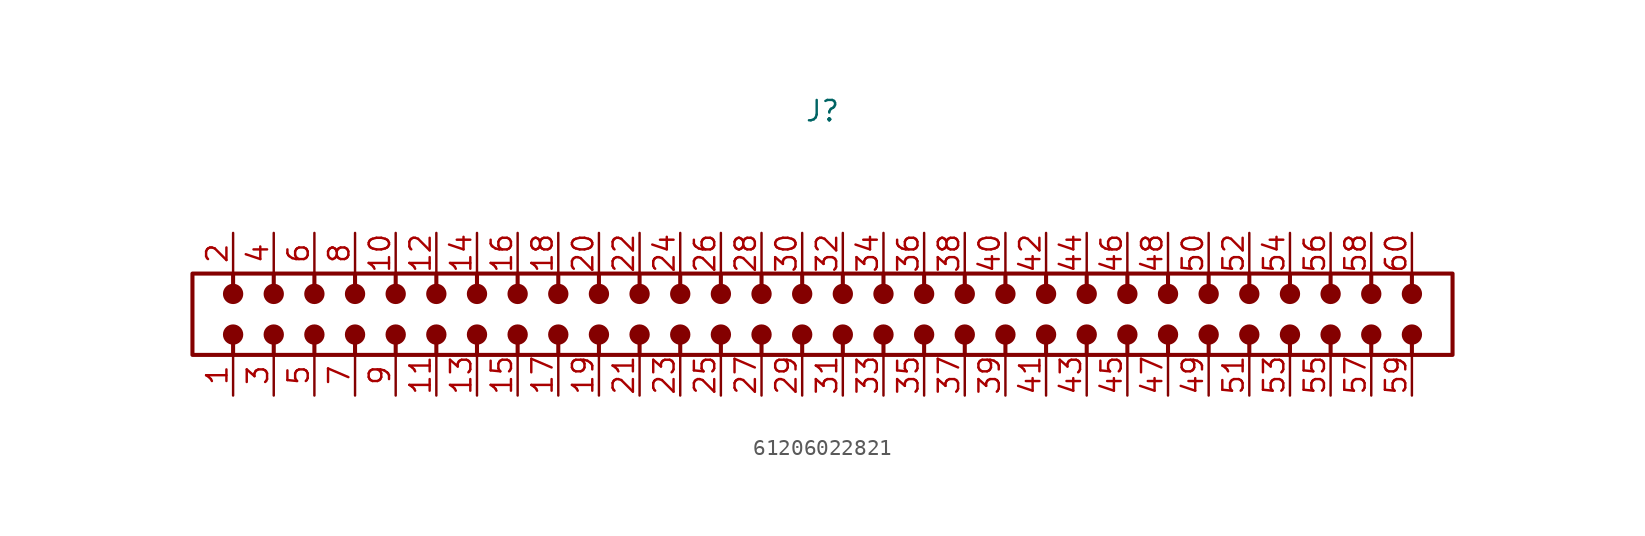
<source format=kicad_sym>
(kicad_symbol_lib
  (version 20241209)
  (generator "kicad_symbol_editor")
  (generator_version "9.0")
  (symbol "61206022821"
    (pin_names
      (hide yes))
    (property "Reference" "J"
      (at 0 12.7 0)
      (effects (font (size 1.27 1.27))))
    (symbol "61206022821_1_1"
      (rectangle (start -39.37 2.54) (end 39.37 -2.54) (stroke (width 0.254) (type solid)) (fill (type none)))
      (polyline (pts (xy -36.83 1.778) (xy -36.83 2.54)) (stroke (width 0.254) (type solid)) (fill (type none)))
      (circle (center -36.83 1.27) (radius 0.508) (stroke (width 0.254) (type solid)) (fill (type outline)))
      (circle (center -36.83 -1.27) (radius 0.508) (stroke (width 0.254) (type solid)) (fill (type outline)))
      (polyline (pts (xy -36.83 -1.778) (xy -36.83 -2.54)) (stroke (width 0.254) (type solid)) (fill (type none)))
      (polyline (pts (xy -34.29 1.778) (xy -34.29 2.54)) (stroke (width 0.254) (type solid)) (fill (type none)))
      (circle (center -34.29 1.27) (radius 0.508) (stroke (width 0.254) (type solid)) (fill (type outline)))
      (circle (center -34.29 -1.27) (radius 0.508) (stroke (width 0.254) (type solid)) (fill (type outline)))
      (polyline (pts (xy -34.29 -1.778) (xy -34.29 -2.54)) (stroke (width 0.254) (type solid)) (fill (type none)))
      (polyline (pts (xy -31.75 1.778) (xy -31.75 2.54)) (stroke (width 0.254) (type solid)) (fill (type none)))
      (circle (center -31.75 1.27) (radius 0.508) (stroke (width 0.254) (type solid)) (fill (type outline)))
      (circle (center -31.75 -1.27) (radius 0.508) (stroke (width 0.254) (type solid)) (fill (type outline)))
      (polyline (pts (xy -31.75 -1.778) (xy -31.75 -2.54)) (stroke (width 0.254) (type solid)) (fill (type none)))
      (polyline (pts (xy -29.21 1.778) (xy -29.21 2.54)) (stroke (width 0.254) (type solid)) (fill (type none)))
      (circle (center -29.21 1.27) (radius 0.508) (stroke (width 0.254) (type solid)) (fill (type outline)))
      (circle (center -29.21 -1.27) (radius 0.508) (stroke (width 0.254) (type solid)) (fill (type outline)))
      (polyline (pts (xy -29.21 -1.778) (xy -29.21 -2.54)) (stroke (width 0.254) (type solid)) (fill (type none)))
      (polyline (pts (xy -26.67 1.778) (xy -26.67 2.54)) (stroke (width 0.254) (type solid)) (fill (type none)))
      (circle (center -26.67 1.27) (radius 0.508) (stroke (width 0.254) (type solid)) (fill (type outline)))
      (circle (center -26.67 -1.27) (radius 0.508) (stroke (width 0.254) (type solid)) (fill (type outline)))
      (polyline (pts (xy -26.67 -1.778) (xy -26.67 -2.54)) (stroke (width 0.254) (type solid)) (fill (type none)))
      (polyline (pts (xy -24.13 1.778) (xy -24.13 2.54)) (stroke (width 0.254) (type solid)) (fill (type none)))
      (circle (center -24.13 1.27) (radius 0.508) (stroke (width 0.254) (type solid)) (fill (type outline)))
      (circle (center -24.13 -1.27) (radius 0.508) (stroke (width 0.254) (type solid)) (fill (type outline)))
      (polyline (pts (xy -24.13 -1.778) (xy -24.13 -2.54)) (stroke (width 0.254) (type solid)) (fill (type none)))
      (polyline (pts (xy -21.59 1.778) (xy -21.59 2.54)) (stroke (width 0.254) (type solid)) (fill (type none)))
      (circle (center -21.59 1.27) (radius 0.508) (stroke (width 0.254) (type solid)) (fill (type outline)))
      (circle (center -21.59 -1.27) (radius 0.508) (stroke (width 0.254) (type solid)) (fill (type outline)))
      (polyline (pts (xy -21.59 -1.778) (xy -21.59 -2.54)) (stroke (width 0.254) (type solid)) (fill (type none)))
      (polyline (pts (xy -19.05 1.778) (xy -19.05 2.54)) (stroke (width 0.254) (type solid)) (fill (type none)))
      (circle (center -19.05 1.27) (radius 0.508) (stroke (width 0.254) (type solid)) (fill (type outline)))
      (circle (center -19.05 -1.27) (radius 0.508) (stroke (width 0.254) (type solid)) (fill (type outline)))
      (polyline (pts (xy -19.05 -1.778) (xy -19.05 -2.54)) (stroke (width 0.254) (type solid)) (fill (type none)))
      (polyline (pts (xy -16.51 1.778) (xy -16.51 2.54)) (stroke (width 0.254) (type solid)) (fill (type none)))
      (circle (center -16.51 1.27) (radius 0.508) (stroke (width 0.254) (type solid)) (fill (type outline)))
      (circle (center -16.51 -1.27) (radius 0.508) (stroke (width 0.254) (type solid)) (fill (type outline)))
      (polyline (pts (xy -16.51 -1.778) (xy -16.51 -2.54)) (stroke (width 0.254) (type solid)) (fill (type none)))
      (polyline (pts (xy -13.97 1.778) (xy -13.97 2.54)) (stroke (width 0.254) (type solid)) (fill (type none)))
      (circle (center -13.97 1.27) (radius 0.508) (stroke (width 0.254) (type solid)) (fill (type outline)))
      (circle (center -13.97 -1.27) (radius 0.508) (stroke (width 0.254) (type solid)) (fill (type outline)))
      (polyline (pts (xy -13.97 -1.778) (xy -13.97 -2.54)) (stroke (width 0.254) (type solid)) (fill (type none)))
      (polyline (pts (xy -11.43 1.778) (xy -11.43 2.54)) (stroke (width 0.254) (type solid)) (fill (type none)))
      (circle (center -11.43 1.27) (radius 0.508) (stroke (width 0.254) (type solid)) (fill (type outline)))
      (circle (center -11.43 -1.27) (radius 0.508) (stroke (width 0.254) (type solid)) (fill (type outline)))
      (polyline (pts (xy -11.43 -1.778) (xy -11.43 -2.54)) (stroke (width 0.254) (type solid)) (fill (type none)))
      (polyline (pts (xy -8.89 1.778) (xy -8.89 2.54)) (stroke (width 0.254) (type solid)) (fill (type none)))
      (circle (center -8.89 1.27) (radius 0.508) (stroke (width 0.254) (type solid)) (fill (type outline)))
      (circle (center -8.89 -1.27) (radius 0.508) (stroke (width 0.254) (type solid)) (fill (type outline)))
      (polyline (pts (xy -8.89 -1.778) (xy -8.89 -2.54)) (stroke (width 0.254) (type solid)) (fill (type none)))
      (polyline (pts (xy -6.35 1.778) (xy -6.35 2.54)) (stroke (width 0.254) (type solid)) (fill (type none)))
      (circle (center -6.35 1.27) (radius 0.508) (stroke (width 0.254) (type solid)) (fill (type outline)))
      (circle (center -6.35 -1.27) (radius 0.508) (stroke (width 0.254) (type solid)) (fill (type outline)))
      (polyline (pts (xy -6.35 -1.778) (xy -6.35 -2.54)) (stroke (width 0.254) (type solid)) (fill (type none)))
      (polyline (pts (xy -3.81 1.778) (xy -3.81 2.54)) (stroke (width 0.254) (type solid)) (fill (type none)))
      (circle (center -3.81 1.27) (radius 0.508) (stroke (width 0.254) (type solid)) (fill (type outline)))
      (circle (center -3.81 -1.27) (radius 0.508) (stroke (width 0.254) (type solid)) (fill (type outline)))
      (polyline (pts (xy -3.81 -1.778) (xy -3.81 -2.54)) (stroke (width 0.254) (type solid)) (fill (type none)))
      (polyline (pts (xy -1.27 1.778) (xy -1.27 2.54)) (stroke (width 0.254) (type solid)) (fill (type none)))
      (circle (center -1.27 1.27) (radius 0.508) (stroke (width 0.254) (type solid)) (fill (type outline)))
      (circle (center -1.27 -1.27) (radius 0.508) (stroke (width 0.254) (type solid)) (fill (type outline)))
      (polyline (pts (xy -1.27 -1.778) (xy -1.27 -2.54)) (stroke (width 0.254) (type solid)) (fill (type none)))
      (polyline (pts (xy 1.27 1.778) (xy 1.27 2.54)) (stroke (width 0.254) (type solid)) (fill (type none)))
      (circle (center 1.27 1.27) (radius 0.508) (stroke (width 0.254) (type solid)) (fill (type outline)))
      (circle (center 1.27 -1.27) (radius 0.508) (stroke (width 0.254) (type solid)) (fill (type outline)))
      (polyline (pts (xy 1.27 -1.778) (xy 1.27 -2.54)) (stroke (width 0.254) (type solid)) (fill (type none)))
      (polyline (pts (xy 3.81 1.778) (xy 3.81 2.54)) (stroke (width 0.254) (type solid)) (fill (type none)))
      (circle (center 3.81 1.27) (radius 0.508) (stroke (width 0.254) (type solid)) (fill (type outline)))
      (circle (center 3.81 -1.27) (radius 0.508) (stroke (width 0.254) (type solid)) (fill (type outline)))
      (polyline (pts (xy 3.81 -1.778) (xy 3.81 -2.54)) (stroke (width 0.254) (type solid)) (fill (type none)))
      (polyline (pts (xy 6.35 1.778) (xy 6.35 2.54)) (stroke (width 0.254) (type solid)) (fill (type none)))
      (circle (center 6.35 1.27) (radius 0.508) (stroke (width 0.254) (type solid)) (fill (type outline)))
      (circle (center 6.35 -1.27) (radius 0.508) (stroke (width 0.254) (type solid)) (fill (type outline)))
      (polyline (pts (xy 6.35 -1.778) (xy 6.35 -2.54)) (stroke (width 0.254) (type solid)) (fill (type none)))
      (polyline (pts (xy 8.89 1.778) (xy 8.89 2.54)) (stroke (width 0.254) (type solid)) (fill (type none)))
      (circle (center 8.89 1.27) (radius 0.508) (stroke (width 0.254) (type solid)) (fill (type outline)))
      (circle (center 8.89 -1.27) (radius 0.508) (stroke (width 0.254) (type solid)) (fill (type outline)))
      (polyline (pts (xy 8.89 -1.778) (xy 8.89 -2.54)) (stroke (width 0.254) (type solid)) (fill (type none)))
      (polyline (pts (xy 11.43 1.778) (xy 11.43 2.54)) (stroke (width 0.254) (type solid)) (fill (type none)))
      (circle (center 11.43 1.27) (radius 0.508) (stroke (width 0.254) (type solid)) (fill (type outline)))
      (circle (center 11.43 -1.27) (radius 0.508) (stroke (width 0.254) (type solid)) (fill (type outline)))
      (polyline (pts (xy 11.43 -1.778) (xy 11.43 -2.54)) (stroke (width 0.254) (type solid)) (fill (type none)))
      (polyline (pts (xy 13.97 1.778) (xy 13.97 2.54)) (stroke (width 0.254) (type solid)) (fill (type none)))
      (circle (center 13.97 1.27) (radius 0.508) (stroke (width 0.254) (type solid)) (fill (type outline)))
      (circle (center 13.97 -1.27) (radius 0.508) (stroke (width 0.254) (type solid)) (fill (type outline)))
      (polyline (pts (xy 13.97 -1.778) (xy 13.97 -2.54)) (stroke (width 0.254) (type solid)) (fill (type none)))
      (polyline (pts (xy 16.51 1.778) (xy 16.51 2.54)) (stroke (width 0.254) (type solid)) (fill (type none)))
      (circle (center 16.51 1.27) (radius 0.508) (stroke (width 0.254) (type solid)) (fill (type outline)))
      (circle (center 16.51 -1.27) (radius 0.508) (stroke (width 0.254) (type solid)) (fill (type outline)))
      (polyline (pts (xy 16.51 -1.778) (xy 16.51 -2.54)) (stroke (width 0.254) (type solid)) (fill (type none)))
      (polyline (pts (xy 19.05 1.778) (xy 19.05 2.54)) (stroke (width 0.254) (type solid)) (fill (type none)))
      (circle (center 19.05 1.27) (radius 0.508) (stroke (width 0.254) (type solid)) (fill (type outline)))
      (circle (center 19.05 -1.27) (radius 0.508) (stroke (width 0.254) (type solid)) (fill (type outline)))
      (polyline (pts (xy 19.05 -1.778) (xy 19.05 -2.54)) (stroke (width 0.254) (type solid)) (fill (type none)))
      (polyline (pts (xy 21.59 1.778) (xy 21.59 2.54)) (stroke (width 0.254) (type solid)) (fill (type none)))
      (circle (center 21.59 1.27) (radius 0.508) (stroke (width 0.254) (type solid)) (fill (type outline)))
      (circle (center 21.59 -1.27) (radius 0.508) (stroke (width 0.254) (type solid)) (fill (type outline)))
      (polyline (pts (xy 21.59 -1.778) (xy 21.59 -2.54)) (stroke (width 0.254) (type solid)) (fill (type none)))
      (polyline (pts (xy 24.13 1.778) (xy 24.13 2.54)) (stroke (width 0.254) (type solid)) (fill (type none)))
      (circle (center 24.13 1.27) (radius 0.508) (stroke (width 0.254) (type solid)) (fill (type outline)))
      (circle (center 24.13 -1.27) (radius 0.508) (stroke (width 0.254) (type solid)) (fill (type outline)))
      (polyline (pts (xy 24.13 -1.778) (xy 24.13 -2.54)) (stroke (width 0.254) (type solid)) (fill (type none)))
      (polyline (pts (xy 26.67 1.778) (xy 26.67 2.54)) (stroke (width 0.254) (type solid)) (fill (type none)))
      (circle (center 26.67 1.27) (radius 0.508) (stroke (width 0.254) (type solid)) (fill (type outline)))
      (circle (center 26.67 -1.27) (radius 0.508) (stroke (width 0.254) (type solid)) (fill (type outline)))
      (polyline (pts (xy 26.67 -1.778) (xy 26.67 -2.54)) (stroke (width 0.254) (type solid)) (fill (type none)))
      (polyline (pts (xy 29.21 1.778) (xy 29.21 2.54)) (stroke (width 0.254) (type solid)) (fill (type none)))
      (circle (center 29.21 1.27) (radius 0.508) (stroke (width 0.254) (type solid)) (fill (type outline)))
      (circle (center 29.21 -1.27) (radius 0.508) (stroke (width 0.254) (type solid)) (fill (type outline)))
      (polyline (pts (xy 29.21 -1.778) (xy 29.21 -2.54)) (stroke (width 0.254) (type solid)) (fill (type none)))
      (polyline (pts (xy 31.75 1.778) (xy 31.75 2.54)) (stroke (width 0.254) (type solid)) (fill (type none)))
      (circle (center 31.75 1.27) (radius 0.508) (stroke (width 0.254) (type solid)) (fill (type outline)))
      (circle (center 31.75 -1.27) (radius 0.508) (stroke (width 0.254) (type solid)) (fill (type outline)))
      (polyline (pts (xy 31.75 -1.778) (xy 31.75 -2.54)) (stroke (width 0.254) (type solid)) (fill (type none)))
      (polyline (pts (xy 34.29 1.778) (xy 34.29 2.54)) (stroke (width 0.254) (type solid)) (fill (type none)))
      (circle (center 34.29 1.27) (radius 0.508) (stroke (width 0.254) (type solid)) (fill (type outline)))
      (circle (center 34.29 -1.27) (radius 0.508) (stroke (width 0.254) (type solid)) (fill (type outline)))
      (polyline (pts (xy 34.29 -1.778) (xy 34.29 -2.54)) (stroke (width 0.254) (type solid)) (fill (type none)))
      (polyline (pts (xy 36.83 1.778) (xy 36.83 2.54)) (stroke (width 0.254) (type solid)) (fill (type none)))
      (circle (center 36.83 1.27) (radius 0.508) (stroke (width 0.254) (type solid)) (fill (type outline)))
      (circle (center 36.83 -1.27) (radius 0.508) (stroke (width 0.254) (type solid)) (fill (type outline)))
      (polyline (pts (xy 36.83 -1.778) (xy 36.83 -2.54)) (stroke (width 0.254) (type solid)) (fill (type none)))
      (pin passive line (at -36.83 5.08 270) (length 2.54) (name "2" (effects (font (size 1.27 1.27)))) (number "2" (effects (font (size 1.27 1.27)))))
      (pin passive line (at -36.83 -5.08 90) (length 2.54) (name "1" (effects (font (size 1.27 1.27)))) (number "1" (effects (font (size 1.27 1.27)))))
      (pin passive line (at -34.29 5.08 270) (length 2.54) (name "4" (effects (font (size 1.27 1.27)))) (number "4" (effects (font (size 1.27 1.27)))))
      (pin passive line (at -34.29 -5.08 90) (length 2.54) (name "3" (effects (font (size 1.27 1.27)))) (number "3" (effects (font (size 1.27 1.27)))))
      (pin passive line (at -31.75 5.08 270) (length 2.54) (name "6" (effects (font (size 1.27 1.27)))) (number "6" (effects (font (size 1.27 1.27)))))
      (pin passive line (at -31.75 -5.08 90) (length 2.54) (name "5" (effects (font (size 1.27 1.27)))) (number "5" (effects (font (size 1.27 1.27)))))
      (pin passive line (at -29.21 5.08 270) (length 2.54) (name "8" (effects (font (size 1.27 1.27)))) (number "8" (effects (font (size 1.27 1.27)))))
      (pin passive line (at -29.21 -5.08 90) (length 2.54) (name "7" (effects (font (size 1.27 1.27)))) (number "7" (effects (font (size 1.27 1.27)))))
      (pin passive line (at -26.67 5.08 270) (length 2.54) (name "10" (effects (font (size 1.27 1.27)))) (number "10" (effects (font (size 1.27 1.27)))))
      (pin passive line (at -26.67 -5.08 90) (length 2.54) (name "9" (effects (font (size 1.27 1.27)))) (number "9" (effects (font (size 1.27 1.27)))))
      (pin passive line (at -24.13 5.08 270) (length 2.54) (name "12" (effects (font (size 1.27 1.27)))) (number "12" (effects (font (size 1.27 1.27)))))
      (pin passive line (at -24.13 -5.08 90) (length 2.54) (name "11" (effects (font (size 1.27 1.27)))) (number "11" (effects (font (size 1.27 1.27)))))
      (pin passive line (at -21.59 5.08 270) (length 2.54) (name "14" (effects (font (size 1.27 1.27)))) (number "14" (effects (font (size 1.27 1.27)))))
      (pin passive line (at -21.59 -5.08 90) (length 2.54) (name "13" (effects (font (size 1.27 1.27)))) (number "13" (effects (font (size 1.27 1.27)))))
      (pin passive line (at -19.05 5.08 270) (length 2.54) (name "16" (effects (font (size 1.27 1.27)))) (number "16" (effects (font (size 1.27 1.27)))))
      (pin passive line (at -19.05 -5.08 90) (length 2.54) (name "15" (effects (font (size 1.27 1.27)))) (number "15" (effects (font (size 1.27 1.27)))))
      (pin passive line (at -16.51 5.08 270) (length 2.54) (name "18" (effects (font (size 1.27 1.27)))) (number "18" (effects (font (size 1.27 1.27)))))
      (pin passive line (at -16.51 -5.08 90) (length 2.54) (name "17" (effects (font (size 1.27 1.27)))) (number "17" (effects (font (size 1.27 1.27)))))
      (pin passive line (at -13.97 5.08 270) (length 2.54) (name "20" (effects (font (size 1.27 1.27)))) (number "20" (effects (font (size 1.27 1.27)))))
      (pin passive line (at -13.97 -5.08 90) (length 2.54) (name "19" (effects (font (size 1.27 1.27)))) (number "19" (effects (font (size 1.27 1.27)))))
      (pin passive line (at -11.43 5.08 270) (length 2.54) (name "22" (effects (font (size 1.27 1.27)))) (number "22" (effects (font (size 1.27 1.27)))))
      (pin passive line (at -11.43 -5.08 90) (length 2.54) (name "21" (effects (font (size 1.27 1.27)))) (number "21" (effects (font (size 1.27 1.27)))))
      (pin passive line (at -8.89 5.08 270) (length 2.54) (name "24" (effects (font (size 1.27 1.27)))) (number "24" (effects (font (size 1.27 1.27)))))
      (pin passive line (at -8.89 -5.08 90) (length 2.54) (name "23" (effects (font (size 1.27 1.27)))) (number "23" (effects (font (size 1.27 1.27)))))
      (pin passive line (at -6.35 5.08 270) (length 2.54) (name "26" (effects (font (size 1.27 1.27)))) (number "26" (effects (font (size 1.27 1.27)))))
      (pin passive line (at -6.35 -5.08 90) (length 2.54) (name "25" (effects (font (size 1.27 1.27)))) (number "25" (effects (font (size 1.27 1.27)))))
      (pin passive line (at -3.81 5.08 270) (length 2.54) (name "28" (effects (font (size 1.27 1.27)))) (number "28" (effects (font (size 1.27 1.27)))))
      (pin passive line (at -3.81 -5.08 90) (length 2.54) (name "27" (effects (font (size 1.27 1.27)))) (number "27" (effects (font (size 1.27 1.27)))))
      (pin passive line (at -1.27 5.08 270) (length 2.54) (name "30" (effects (font (size 1.27 1.27)))) (number "30" (effects (font (size 1.27 1.27)))))
      (pin passive line (at -1.27 -5.08 90) (length 2.54) (name "29" (effects (font (size 1.27 1.27)))) (number "29" (effects (font (size 1.27 1.27)))))
      (pin passive line (at 1.27 5.08 270) (length 2.54) (name "32" (effects (font (size 1.27 1.27)))) (number "32" (effects (font (size 1.27 1.27)))))
      (pin passive line (at 1.27 -5.08 90) (length 2.54) (name "31" (effects (font (size 1.27 1.27)))) (number "31" (effects (font (size 1.27 1.27)))))
      (pin passive line (at 3.81 5.08 270) (length 2.54) (name "34" (effects (font (size 1.27 1.27)))) (number "34" (effects (font (size 1.27 1.27)))))
      (pin passive line (at 3.81 -5.08 90) (length 2.54) (name "33" (effects (font (size 1.27 1.27)))) (number "33" (effects (font (size 1.27 1.27)))))
      (pin passive line (at 6.35 5.08 270) (length 2.54) (name "36" (effects (font (size 1.27 1.27)))) (number "36" (effects (font (size 1.27 1.27)))))
      (pin passive line (at 6.35 -5.08 90) (length 2.54) (name "35" (effects (font (size 1.27 1.27)))) (number "35" (effects (font (size 1.27 1.27)))))
      (pin passive line (at 8.89 5.08 270) (length 2.54) (name "38" (effects (font (size 1.27 1.27)))) (number "38" (effects (font (size 1.27 1.27)))))
      (pin passive line (at 8.89 -5.08 90) (length 2.54) (name "37" (effects (font (size 1.27 1.27)))) (number "37" (effects (font (size 1.27 1.27)))))
      (pin passive line (at 11.43 5.08 270) (length 2.54) (name "40" (effects (font (size 1.27 1.27)))) (number "40" (effects (font (size 1.27 1.27)))))
      (pin passive line (at 11.43 -5.08 90) (length 2.54) (name "39" (effects (font (size 1.27 1.27)))) (number "39" (effects (font (size 1.27 1.27)))))
      (pin passive line (at 13.97 5.08 270) (length 2.54) (name "42" (effects (font (size 1.27 1.27)))) (number "42" (effects (font (size 1.27 1.27)))))
      (pin passive line (at 13.97 -5.08 90) (length 2.54) (name "41" (effects (font (size 1.27 1.27)))) (number "41" (effects (font (size 1.27 1.27)))))
      (pin passive line (at 16.51 5.08 270) (length 2.54) (name "44" (effects (font (size 1.27 1.27)))) (number "44" (effects (font (size 1.27 1.27)))))
      (pin passive line (at 16.51 -5.08 90) (length 2.54) (name "43" (effects (font (size 1.27 1.27)))) (number "43" (effects (font (size 1.27 1.27)))))
      (pin passive line (at 19.05 5.08 270) (length 2.54) (name "46" (effects (font (size 1.27 1.27)))) (number "46" (effects (font (size 1.27 1.27)))))
      (pin passive line (at 19.05 -5.08 90) (length 2.54) (name "45" (effects (font (size 1.27 1.27)))) (number "45" (effects (font (size 1.27 1.27)))))
      (pin passive line (at 21.59 5.08 270) (length 2.54) (name "48" (effects (font (size 1.27 1.27)))) (number "48" (effects (font (size 1.27 1.27)))))
      (pin passive line (at 21.59 -5.08 90) (length 2.54) (name "47" (effects (font (size 1.27 1.27)))) (number "47" (effects (font (size 1.27 1.27)))))
      (pin passive line (at 24.13 5.08 270) (length 2.54) (name "50" (effects (font (size 1.27 1.27)))) (number "50" (effects (font (size 1.27 1.27)))))
      (pin passive line (at 24.13 -5.08 90) (length 2.54) (name "49" (effects (font (size 1.27 1.27)))) (number "49" (effects (font (size 1.27 1.27)))))
      (pin passive line (at 26.67 5.08 270) (length 2.54) (name "52" (effects (font (size 1.27 1.27)))) (number "52" (effects (font (size 1.27 1.27)))))
      (pin passive line (at 26.67 -5.08 90) (length 2.54) (name "51" (effects (font (size 1.27 1.27)))) (number "51" (effects (font (size 1.27 1.27)))))
      (pin passive line (at 29.21 5.08 270) (length 2.54) (name "54" (effects (font (size 1.27 1.27)))) (number "54" (effects (font (size 1.27 1.27)))))
      (pin passive line (at 29.21 -5.08 90) (length 2.54) (name "53" (effects (font (size 1.27 1.27)))) (number "53" (effects (font (size 1.27 1.27)))))
      (pin passive line (at 31.75 5.08 270) (length 2.54) (name "56" (effects (font (size 1.27 1.27)))) (number "56" (effects (font (size 1.27 1.27)))))
      (pin passive line (at 31.75 -5.08 90) (length 2.54) (name "55" (effects (font (size 1.27 1.27)))) (number "55" (effects (font (size 1.27 1.27)))))
      (pin passive line (at 34.29 5.08 270) (length 2.54) (name "58" (effects (font (size 1.27 1.27)))) (number "58" (effects (font (size 1.27 1.27)))))
      (pin passive line (at 34.29 -5.08 90) (length 2.54) (name "57" (effects (font (size 1.27 1.27)))) (number "57" (effects (font (size 1.27 1.27)))))
      (pin passive line (at 36.83 5.08 270) (length 2.54) (name "60" (effects (font (size 1.27 1.27)))) (number "60" (effects (font (size 1.27 1.27)))))
      (pin passive line (at 36.83 -5.08 90) (length 2.54) (name "59" (effects (font (size 1.27 1.27)))) (number "59" (effects (font (size 1.27 1.27))))))))
</source>
